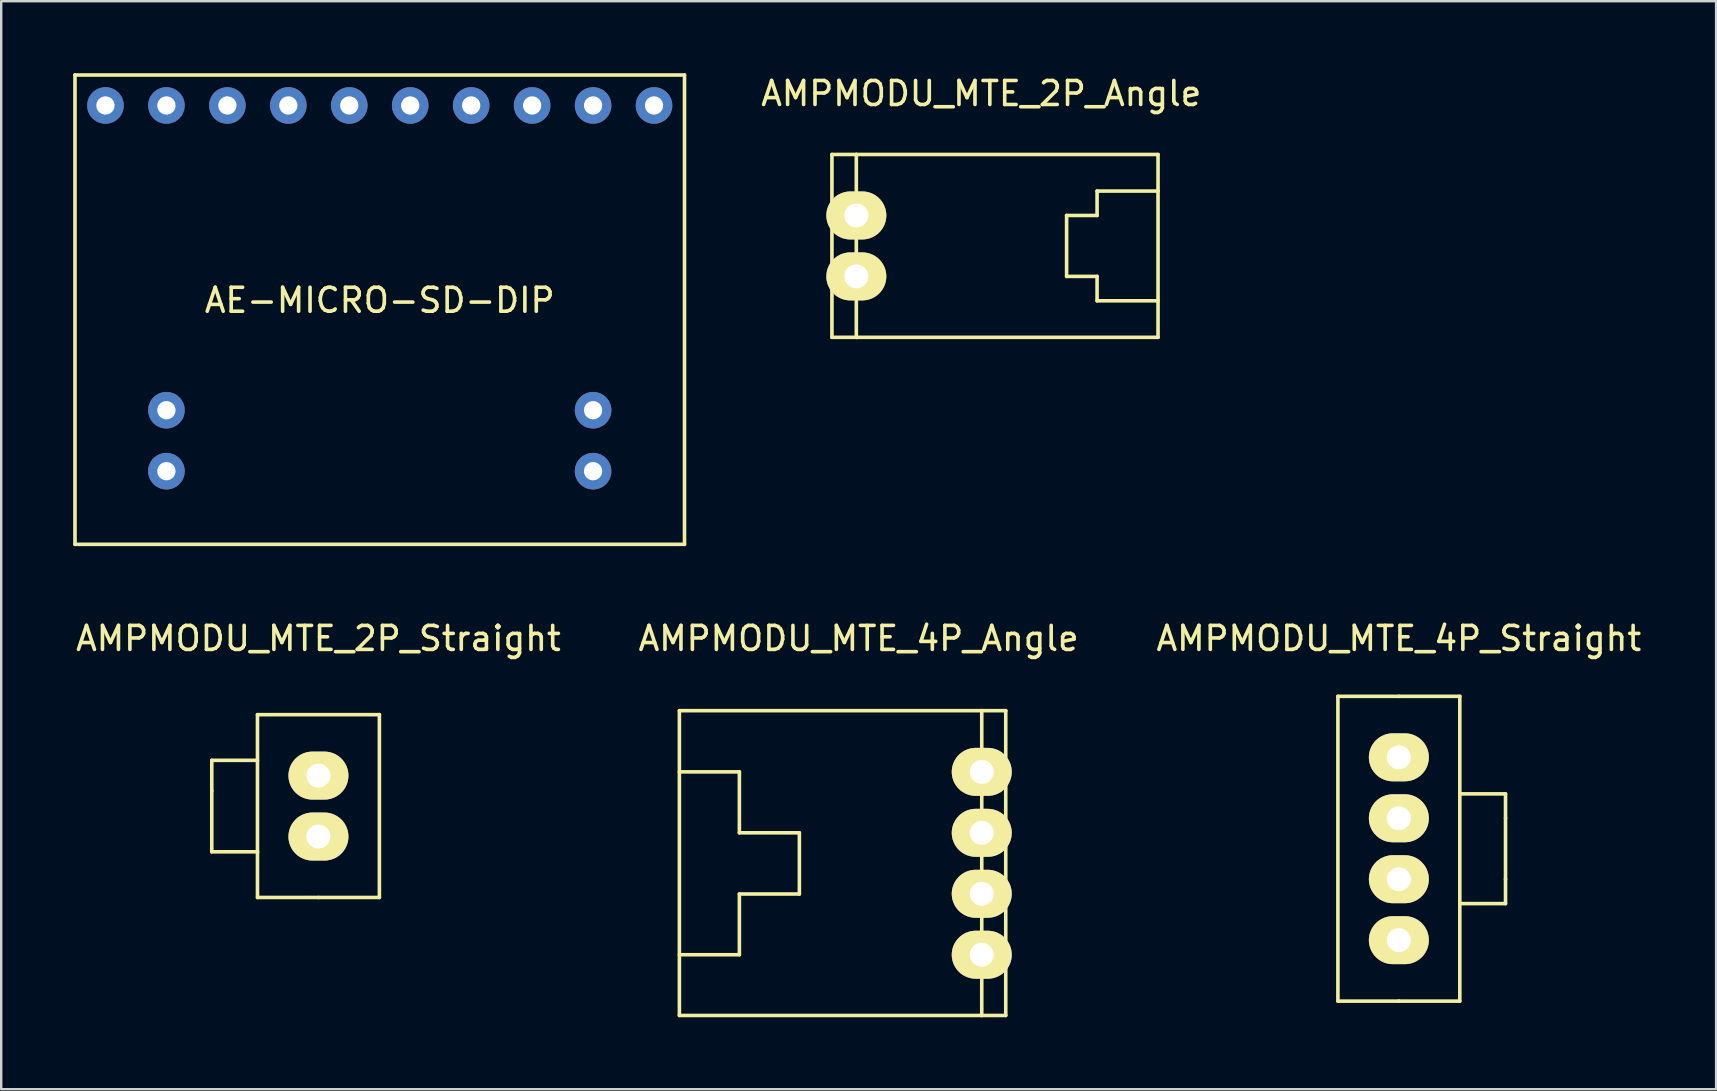
<source format=kicad_pcb>
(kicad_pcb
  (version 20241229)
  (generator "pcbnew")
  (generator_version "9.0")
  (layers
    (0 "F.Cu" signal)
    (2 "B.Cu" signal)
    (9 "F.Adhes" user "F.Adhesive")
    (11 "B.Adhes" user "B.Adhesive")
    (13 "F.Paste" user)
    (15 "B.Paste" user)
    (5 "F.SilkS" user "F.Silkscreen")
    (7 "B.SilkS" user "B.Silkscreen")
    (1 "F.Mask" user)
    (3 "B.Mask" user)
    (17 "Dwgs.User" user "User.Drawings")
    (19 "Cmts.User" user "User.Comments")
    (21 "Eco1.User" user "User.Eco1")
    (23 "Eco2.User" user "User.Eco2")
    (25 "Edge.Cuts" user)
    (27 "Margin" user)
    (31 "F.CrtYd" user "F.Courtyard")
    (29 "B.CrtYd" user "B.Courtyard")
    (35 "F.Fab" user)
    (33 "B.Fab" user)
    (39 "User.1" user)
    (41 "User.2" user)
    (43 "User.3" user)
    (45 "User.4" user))
  (footprint "AMPMODU_MTE_4P_Angle"
    (layer "F.Cu")
    (at 37.862 29.116)
    (property "Reference" "AMPMODU_MTE_4P_Angle" (at -5.13 -5.56 0) (layer "F.SilkS") (effects (font (size 1 1) (thickness 0.15))))
    (attr through_hole)
    (fp_line (start -12.6 0) (end -10.1 0) (stroke (width 0.15) (type solid)) (layer "F.SilkS"))
    (fp_line (start -12.6 7.62) (end -10.1 7.62) (stroke (width 0.15) (type solid)) (layer "F.SilkS"))
    (fp_line (start -12.6 10.15) (end -12.6 -2.55) (stroke (width 0.15) (type solid)) (layer "F.SilkS"))
    (fp_line (start -10.1 0) (end -10.1 2.54) (stroke (width 0.15) (type solid)) (layer "F.SilkS"))
    (fp_line (start -10.1 2.54) (end -7.6 2.54) (stroke (width 0.15) (type solid)) (layer "F.SilkS"))
    (fp_line (start -10.1 5.09) (end -7.6 5.09) (stroke (width 0.15) (type solid)) (layer "F.SilkS"))
    (fp_line (start -10.1 7.62) (end -10.1 5.09) (stroke (width 0.15) (type solid)) (layer "F.SilkS"))
    (fp_line (start -7.6 5.09) (end -7.6 2.54) (stroke (width 0.15) (type solid)) (layer "F.SilkS"))
    (fp_line (start 0 -2.55) (end -12.6 -2.55) (stroke (width 0.15) (type solid)) (layer "F.SilkS"))
    (fp_line (start 0 -2.55) (end 0 10.15) (stroke (width 0.15) (type solid)) (layer "F.SilkS"))
    (fp_line (start 0 10.15) (end -12.6 10.15) (stroke (width 0.15) (type solid)) (layer "F.SilkS"))
    (fp_line (start 1 -2.55) (end 0 -2.55) (stroke (width 0.15) (type solid)) (layer "F.SilkS"))
    (fp_line (start 1 -2.55) (end 1 10.15) (stroke (width 0.15) (type solid)) (layer "F.SilkS"))
    (fp_line (start 1 10.15) (end 0 10.15) (stroke (width 0.15) (type solid)) (layer "F.SilkS"))
    (pad "1" thru_hole oval (at 0 0) (size 2.5 2) (drill 1) (layers "*.Cu" "*.Mask" "F.SilkS"))
    (pad "2" thru_hole oval (at 0 2.54) (size 2.5 2) (drill 1) (layers "*.Cu" "*.Mask" "F.SilkS"))
    (pad "3" thru_hole oval (at 0 5.08) (size 2.5 2) (drill 1) (layers "*.Cu" "*.Mask" "F.SilkS"))
    (pad "4" thru_hole oval (at 0 7.62) (size 2.5 2) (drill 1) (layers "*.Cu" "*.Mask" "F.SilkS")))
  (footprint "AMPMODU_MTE_2P_Straight"
    (layer "F.Cu")
    (at 10.22 29.271)
    (property "Reference" "AMPMODU_MTE_2P_Straight" (at 0 -5.715 0) (layer "F.SilkS") (effects (font (size 1 1) (thickness 0.15))))
    (attr through_hole)
    (fp_line (start -4.445 -0.635) (end -2.54 -0.635) (stroke (width 0.15) (type solid)) (layer "F.SilkS"))
    (fp_line (start -4.445 0.635) (end -4.445 -0.635) (stroke (width 0.15) (type solid)) (layer "F.SilkS"))
    (fp_line (start -4.445 0.635) (end -4.445 3.175) (stroke (width 0.15) (type solid)) (layer "F.SilkS"))
    (fp_line (start -4.445 3.175) (end -2.54 3.175) (stroke (width 0.15) (type solid)) (layer "F.SilkS"))
    (fp_line (start -2.54 -2.54) (end -2.54 5.08) (stroke (width 0.15) (type solid)) (layer "F.SilkS"))
    (fp_line (start -2.54 5.08) (end 0 5.08) (stroke (width 0.15) (type solid)) (layer "F.SilkS"))
    (fp_line (start 0 5.08) (end 2.54 5.08) (stroke (width 0.15) (type solid)) (layer "F.SilkS"))
    (fp_line (start 2.54 -2.54) (end -2.54 -2.54) (stroke (width 0.15) (type solid)) (layer "F.SilkS"))
    (fp_line (start 2.54 5.08) (end 2.54 -2.54) (stroke (width 0.15) (type solid)) (layer "F.SilkS"))
    (pad "1" thru_hole oval (at 0 0) (size 2.5 2) (drill 1) (layers "*.Cu" "*.Mask" "F.SilkS"))
    (pad "2" thru_hole oval (at 0 2.54) (size 2.5 2) (drill 1) (layers "*.Cu" "*.Mask" "F.SilkS")))
  (footprint "AMPMODU_MTE_2P_Angle"
    (layer "F.Cu")
    (at 32.635 5.928)
    (property "Reference" "AMPMODU_MTE_2P_Angle" (at 5.207 -5.08 0) (layer "F.SilkS") (effects (font (size 1 1) (thickness 0.15))))
    (attr through_hole)
    (fp_line (start -1.016 5.08) (end -1.016 -2.54) (stroke (width 0.15) (type solid)) (layer "F.SilkS"))
    (fp_line (start 0 -2.54) (end -1.016 -2.54) (stroke (width 0.15) (type solid)) (layer "F.SilkS"))
    (fp_line (start 0 -2.54) (end 12.573 -2.54) (stroke (width 0.15) (type solid)) (layer "F.SilkS"))
    (fp_line (start 0 5.08) (end -1.016 5.08) (stroke (width 0.15) (type solid)) (layer "F.SilkS"))
    (fp_line (start 0 5.08) (end 0 -2.54) (stroke (width 0.15) (type solid)) (layer "F.SilkS"))
    (fp_line (start 8.763 0) (end 8.763 2.54) (stroke (width 0.15) (type solid)) (layer "F.SilkS"))
    (fp_line (start 8.763 2.54) (end 10.033 2.54) (stroke (width 0.15) (type solid)) (layer "F.SilkS"))
    (fp_line (start 10.033 -1.016) (end 10.033 0) (stroke (width 0.15) (type solid)) (layer "F.SilkS"))
    (fp_line (start 10.033 0) (end 8.763 0) (stroke (width 0.15) (type solid)) (layer "F.SilkS"))
    (fp_line (start 10.033 2.54) (end 10.033 3.556) (stroke (width 0.15) (type solid)) (layer "F.SilkS"))
    (fp_line (start 10.033 3.556) (end 12.573 3.556) (stroke (width 0.15) (type solid)) (layer "F.SilkS"))
    (fp_line (start 12.573 -2.54) (end 12.573 5.08) (stroke (width 0.15) (type solid)) (layer "F.SilkS"))
    (fp_line (start 12.573 -1.016) (end 10.033 -1.016) (stroke (width 0.15) (type solid)) (layer "F.SilkS"))
    (fp_line (start 12.573 5.08) (end 0 5.08) (stroke (width 0.15) (type solid)) (layer "F.SilkS"))
    (pad "1" thru_hole oval (at 0 0 180) (size 2.5 2) (drill 1) (layers "*.Cu" "*.Mask" "F.SilkS"))
    (pad "2" thru_hole oval (at 0 2.54 180) (size 2.5 2) (drill 1) (layers "*.Cu" "*.Mask" "F.SilkS")))
  (footprint "AMPMODU_MTE_4P_Straight"
    (layer "F.Cu")
    (at 55.244 28.509)
    (property "Reference" "AMPMODU_MTE_4P_Straight" (at 0 -4.953 0) (layer "F.SilkS") (effects (font (size 1 1) (thickness 0.15))))
    (attr through_hole)
    (fp_line (start -2.54 10.16) (end -2.54 -2.54) (stroke (width 0.15) (type solid)) (layer "F.SilkS"))
    (fp_line (start 0 -2.54) (end -2.54 -2.54) (stroke (width 0.15) (type solid)) (layer "F.SilkS"))
    (fp_line (start 0 -2.54) (end 2.54 -2.54) (stroke (width 0.15) (type solid)) (layer "F.SilkS"))
    (fp_line (start 0 10.16) (end -2.54 10.16) (stroke (width 0.15) (type solid)) (layer "F.SilkS"))
    (fp_line (start 2.54 -2.54) (end 2.54 10.16) (stroke (width 0.15) (type solid)) (layer "F.SilkS"))
    (fp_line (start 2.54 10.16) (end 0 10.16) (stroke (width 0.15) (type solid)) (layer "F.SilkS"))
    (fp_line (start 4.445 1.524) (end 2.54 1.524) (stroke (width 0.15) (type solid)) (layer "F.SilkS"))
    (fp_line (start 4.445 2.54) (end 4.445 1.524) (stroke (width 0.15) (type solid)) (layer "F.SilkS"))
    (fp_line (start 4.445 2.54) (end 4.445 5.08) (stroke (width 0.15) (type solid)) (layer "F.SilkS"))
    (fp_line (start 4.445 5.08) (end 4.445 6.096) (stroke (width 0.15) (type solid)) (layer "F.SilkS"))
    (fp_line (start 4.445 6.096) (end 2.54 6.096) (stroke (width 0.15) (type solid)) (layer "F.SilkS"))
    (pad "1" thru_hole oval (at 0 0) (size 2.5 2) (drill 1) (layers "*.Cu" "*.Mask" "F.SilkS"))
    (pad "2" thru_hole oval (at 0 2.54) (size 2.5 2) (drill 1) (layers "*.Cu" "*.Mask" "F.SilkS"))
    (pad "3" thru_hole oval (at 0 5.08) (size 2.5 2) (drill 1) (layers "*.Cu" "*.Mask" "F.SilkS"))
    (pad "4" thru_hole oval (at 0 7.62) (size 2.5 2) (drill 1) (layers "*.Cu" "*.Mask" "F.SilkS")))
  (footprint "AE-MICRO-SD-DIP"
    (layer "F.Cu")
    (at 12.775 8.965)
    (property "Reference" "AE-MICRO-SD-DIP" (at 0 0.5 0) (layer "F.SilkS") (effects (font (size 1 1) (thickness 0.15))))
    (attr through_hole)
    (fp_line (start -12.7 -8.89) (end -12.7 10.668) (stroke (width 0.15) (type solid)) (layer "F.SilkS"))
    (fp_line (start -12.7 -8.89) (end 12.7 -8.89) (stroke (width 0.15) (type solid)) (layer "F.SilkS"))
    (fp_line (start 12.7 -8.89) (end 12.7 10.668) (stroke (width 0.15) (type solid)) (layer "F.SilkS"))
    (fp_line (start 12.7 10.668) (end -12.7 10.668) (stroke (width 0.15) (type solid)) (layer "F.SilkS"))
    (pad "" thru_hole circle (at -8.89 5.08) (size 1.524 1.524) (drill 0.762) (layers "*.Cu" "*.Mask"))
    (pad "" thru_hole circle (at -8.89 7.62) (size 1.524 1.524) (drill 0.762) (layers "*.Cu" "*.Mask"))
    (pad "" thru_hole circle (at 8.89 5.08) (size 1.524 1.524) (drill 0.762) (layers "*.Cu" "*.Mask"))
    (pad "" thru_hole circle (at 8.89 7.62) (size 1.524 1.524) (drill 0.762) (layers "*.Cu" "*.Mask"))
    (pad "1" thru_hole circle (at 11.43 -7.62) (size 1.524 1.524) (drill 0.762) (layers "*.Cu" "*.Mask"))
    (pad "2" thru_hole circle (at 8.89 -7.62) (size 1.524 1.524) (drill 0.762) (layers "*.Cu" "*.Mask"))
    (pad "3" thru_hole circle (at 6.35 -7.62) (size 1.524 1.524) (drill 0.762) (layers "*.Cu" "*.Mask"))
    (pad "4" thru_hole circle (at 3.81 -7.62) (size 1.524 1.524) (drill 0.762) (layers "*.Cu" "*.Mask"))
    (pad "5" thru_hole circle (at 1.27 -7.62) (size 1.524 1.524) (drill 0.762) (layers "*.Cu" "*.Mask"))
    (pad "6" thru_hole circle (at -1.27 -7.62) (size 1.524 1.524) (drill 0.762) (layers "*.Cu" "*.Mask"))
    (pad "7" thru_hole circle (at -3.81 -7.62) (size 1.524 1.524) (drill 0.762) (layers "*.Cu" "*.Mask"))
    (pad "8" thru_hole circle (at -6.35 -7.62) (size 1.524 1.524) (drill 0.762) (layers "*.Cu" "*.Mask"))
    (pad "9" thru_hole circle (at -8.89 -7.62) (size 1.524 1.524) (drill 0.762) (layers "*.Cu" "*.Mask"))
    (pad "10" thru_hole circle (at -11.43 -7.62) (size 1.524 1.524) (drill 0.762) (layers "*.Cu" "*.Mask")))
  (gr_rect
    (start -3 -3)
    (end 68.464 42.341)
    (stroke (width 0.1) (type default))
    (fill no)
    (layer "Edge.Cuts")))
</source>
